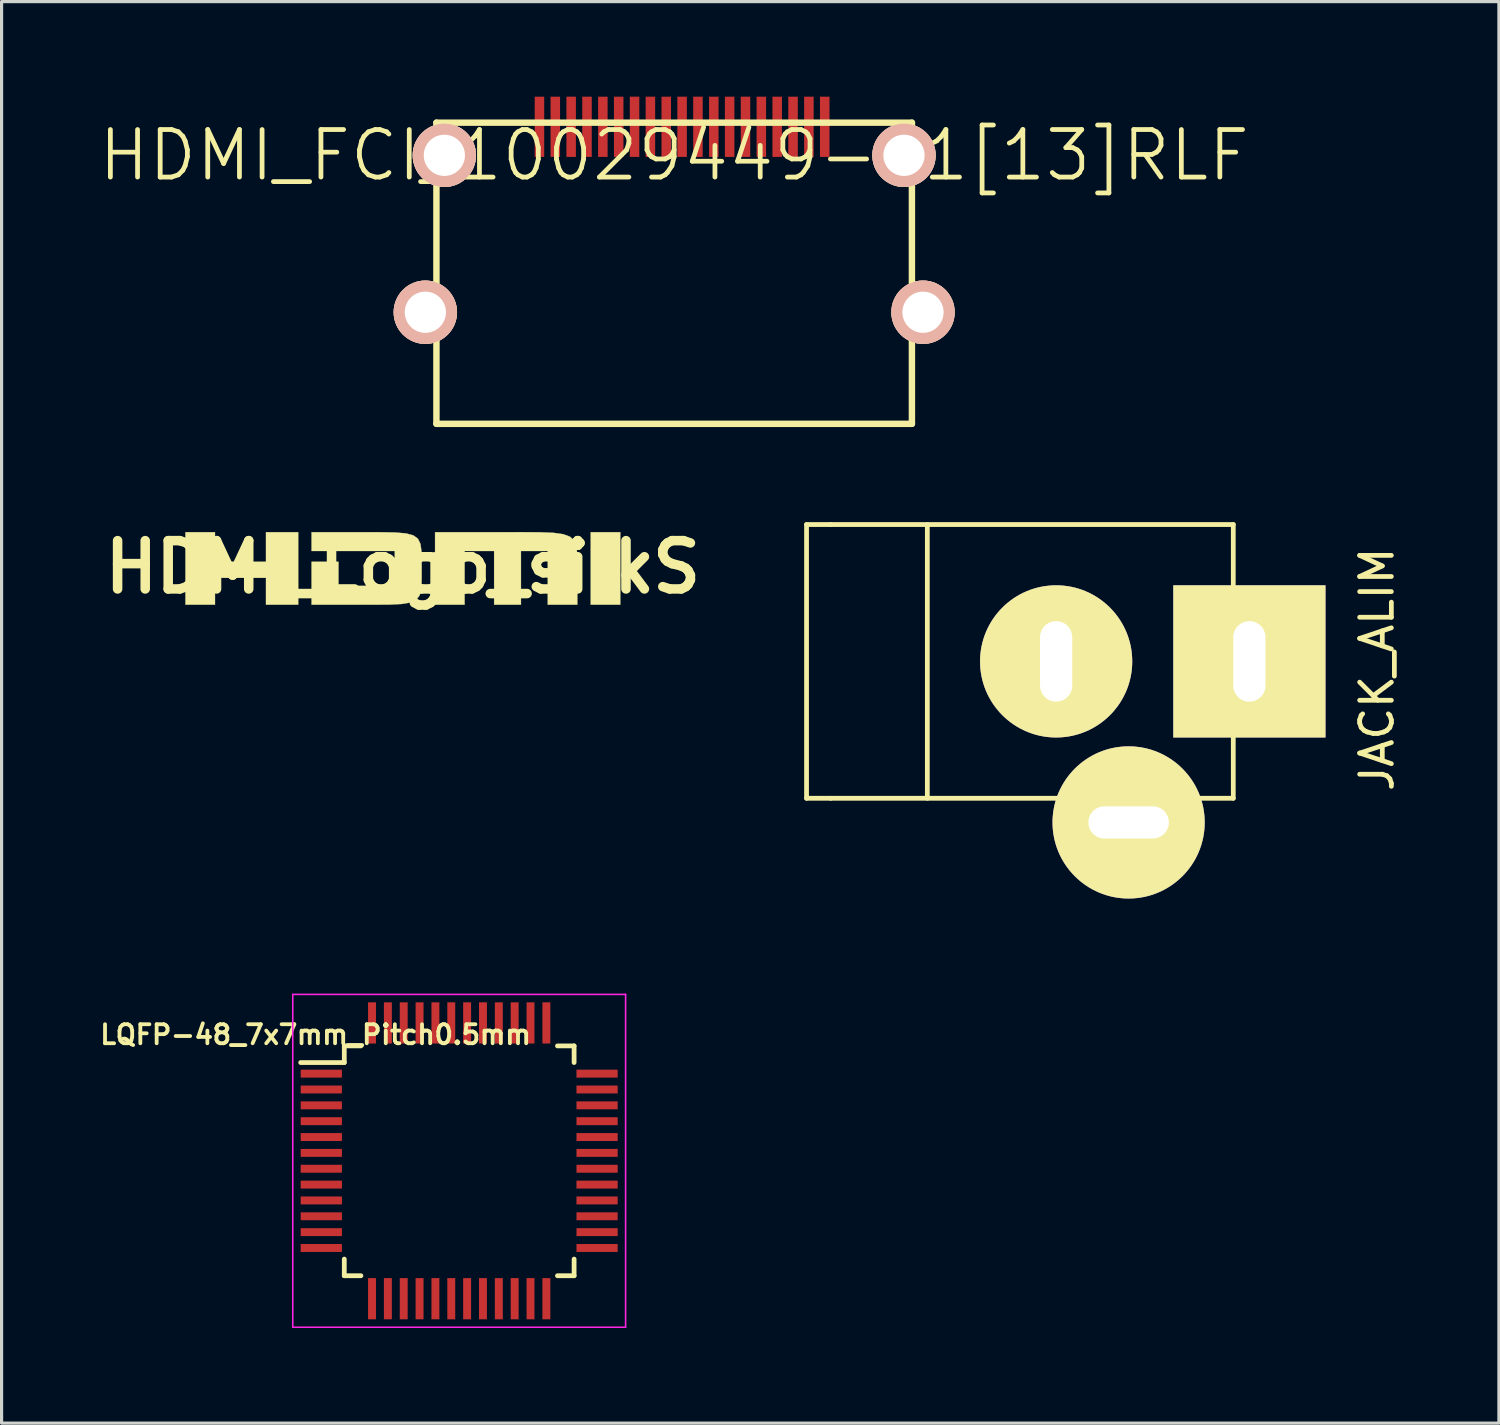
<source format=kicad_pcb>
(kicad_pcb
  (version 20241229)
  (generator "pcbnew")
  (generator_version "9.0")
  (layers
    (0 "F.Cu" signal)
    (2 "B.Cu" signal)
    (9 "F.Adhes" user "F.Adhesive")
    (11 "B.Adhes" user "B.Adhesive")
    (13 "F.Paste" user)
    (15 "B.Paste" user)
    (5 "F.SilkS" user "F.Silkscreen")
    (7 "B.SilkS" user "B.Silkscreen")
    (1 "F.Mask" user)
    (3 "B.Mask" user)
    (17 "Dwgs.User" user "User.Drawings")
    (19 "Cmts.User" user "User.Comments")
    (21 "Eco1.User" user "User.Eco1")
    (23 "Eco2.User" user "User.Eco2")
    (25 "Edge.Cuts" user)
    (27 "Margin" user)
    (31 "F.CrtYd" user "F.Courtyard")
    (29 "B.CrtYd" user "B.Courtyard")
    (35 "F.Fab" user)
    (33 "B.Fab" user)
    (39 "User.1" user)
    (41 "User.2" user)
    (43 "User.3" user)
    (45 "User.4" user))
  (footprint "HDMI_Logo_silkS"
    (layer "F.Cu")
    (at 9.659 14.84)
    (property "Reference" "HDMI_Logo_silkS" (at 0 0 0) (layer "F.SilkS") (effects (font (size 1.524 1.524) (thickness 0.3))))
    (attr through_hole)
    (fp_poly (pts (xy 6.858 1.185) (xy 5.927 1.185) (xy 5.927 -1.101) (xy 6.858 -1.101) (xy 6.858 1.185)) (stroke (width 0.01) (type solid)) (fill yes) (layer "F.SilkS"))
    (fp_poly (pts (xy -5.927 -0.169) (xy -4.318 -0.169) (xy -4.318 -1.101) (xy -3.302 -1.101) (xy -3.302 1.185) (xy -4.318 1.185) (xy -4.318 0.339) (xy -5.927 0.339) (xy -5.927 1.185) (xy -6.858 1.185) (xy -6.858 -1.101) (xy -5.927 -1.101) (xy -5.927 -0.169)) (stroke (width 0.01) (type solid)) (fill yes) (layer "F.SilkS"))
    (fp_poly (pts (xy 4.333 -1.098) (xy 4.754 -1.08) (xy 5.061 -1.037) (xy 5.27 -0.96) (xy 5.401 -0.84) (xy 5.472 -0.665) (xy 5.5 -0.427) (xy 5.505 -0.115) (xy 5.503 0.215) (xy 5.503 1.185) (xy 4.572 1.185) (xy 4.572 -0.508) (xy 3.725 -0.508) (xy 3.725 1.185) (xy 2.879 1.185) (xy 2.879 -0.508) (xy 1.947 -0.508) (xy 1.947 1.185) (xy 1.016 1.185) (xy 1.016 -1.101) (xy 3.074 -1.101) (xy 3.779 -1.102) (xy 4.333 -1.098)) (stroke (width 0.01) (type solid)) (fill yes) (layer "F.SilkS"))
    (fp_poly (pts (xy -0.713 -1.1) (xy -0.244 -1.092) (xy 0.097 -1.063) (xy 0.331 -1.001) (xy 0.476 -0.894) (xy 0.555 -0.73) (xy 0.587 -0.497) (xy 0.593 -0.182) (xy 0.593 0.042) (xy 0.592 0.41) (xy 0.578 0.689) (xy 0.529 0.891) (xy 0.424 1.03) (xy 0.244 1.116) (xy -0.032 1.163) (xy -0.424 1.182) (xy -0.954 1.186) (xy -1.331 1.185) (xy -2.879 1.185) (xy -2.879 -0.169) (xy -2.032 -0.169) (xy -2.032 0.593) (xy -0.254 0.593) (xy -0.254 -0.508) (xy -2.879 -0.508) (xy -2.879 -1.101) (xy -1.331 -1.101) (xy -0.713 -1.1)) (stroke (width 0.01) (type solid)) (fill yes) (layer "F.SilkS")))
  (footprint "LQFP-48_7x7mm_Pitch0.5mm"
    (layer "F.Cu")
    (at 11.436 33.57)
    (property "Reference" "LQFP-48_7x7mm_Pitch0.5mm" (at -4.53 -3.98 0) (layer "F.SilkS") (effects (font (size 0.6 0.6) (thickness 0.12))))
    (attr smd)
    (fp_line (start -3.625 -3.625) (end -3.625 -3.1) (stroke (width 0.15) (type solid)) (layer "F.SilkS"))
    (fp_line (start -3.625 -3.625) (end -3.1 -3.625) (stroke (width 0.15) (type solid)) (layer "F.SilkS"))
    (fp_line (start -3.625 -3.1) (end -5 -3.1) (stroke (width 0.15) (type solid)) (layer "F.SilkS"))
    (fp_line (start -3.625 3.625) (end -3.625 3.1) (stroke (width 0.15) (type solid)) (layer "F.SilkS"))
    (fp_line (start -3.625 3.625) (end -3.1 3.625) (stroke (width 0.15) (type solid)) (layer "F.SilkS"))
    (fp_line (start 3.625 -3.625) (end 3.1 -3.625) (stroke (width 0.15) (type solid)) (layer "F.SilkS"))
    (fp_line (start 3.625 -3.625) (end 3.625 -3.1) (stroke (width 0.15) (type solid)) (layer "F.SilkS"))
    (fp_line (start 3.625 3.625) (end 3.1 3.625) (stroke (width 0.15) (type solid)) (layer "F.SilkS"))
    (fp_line (start 3.625 3.625) (end 3.625 3.1) (stroke (width 0.15) (type solid)) (layer "F.SilkS"))
    (fp_line (start -5.25 -5.25) (end -5.25 5.25) (stroke (width 0.05) (type solid)) (layer "F.CrtYd"))
    (fp_line (start -5.25 -5.25) (end 5.25 -5.25) (stroke (width 0.05) (type solid)) (layer "F.CrtYd"))
    (fp_line (start -5.25 5.25) (end 5.25 5.25) (stroke (width 0.05) (type solid)) (layer "F.CrtYd"))
    (fp_line (start 5.25 -5.25) (end 5.25 5.25) (stroke (width 0.05) (type solid)) (layer "F.CrtYd"))
    (pad "1" smd rect (at -4.35 -2.75) (size 1.3 0.25) (layers "F.Cu" "F.Mask" "F.Paste"))
    (pad "2" smd rect (at -4.35 -2.25) (size 1.3 0.25) (layers "F.Cu" "F.Mask" "F.Paste"))
    (pad "3" smd rect (at -4.35 -1.75) (size 1.3 0.25) (layers "F.Cu" "F.Mask" "F.Paste"))
    (pad "4" smd rect (at -4.35 -1.25) (size 1.3 0.25) (layers "F.Cu" "F.Mask" "F.Paste"))
    (pad "5" smd rect (at -4.35 -0.75) (size 1.3 0.25) (layers "F.Cu" "F.Mask" "F.Paste"))
    (pad "6" smd rect (at -4.35 -0.25) (size 1.3 0.25) (layers "F.Cu" "F.Mask" "F.Paste"))
    (pad "7" smd rect (at -4.35 0.25) (size 1.3 0.25) (layers "F.Cu" "F.Mask" "F.Paste"))
    (pad "8" smd rect (at -4.35 0.75) (size 1.3 0.25) (layers "F.Cu" "F.Mask" "F.Paste"))
    (pad "9" smd rect (at -4.35 1.25) (size 1.3 0.25) (layers "F.Cu" "F.Mask" "F.Paste"))
    (pad "10" smd rect (at -4.35 1.75) (size 1.3 0.25) (layers "F.Cu" "F.Mask" "F.Paste"))
    (pad "11" smd rect (at -4.35 2.25) (size 1.3 0.25) (layers "F.Cu" "F.Mask" "F.Paste"))
    (pad "12" smd rect (at -4.35 2.75) (size 1.3 0.25) (layers "F.Cu" "F.Mask" "F.Paste"))
    (pad "13" smd rect (at -2.75 4.35 90) (size 1.3 0.25) (layers "F.Cu" "F.Mask" "F.Paste"))
    (pad "14" smd rect (at -2.25 4.35 90) (size 1.3 0.25) (layers "F.Cu" "F.Mask" "F.Paste"))
    (pad "15" smd rect (at -1.75 4.35 90) (size 1.3 0.25) (layers "F.Cu" "F.Mask" "F.Paste"))
    (pad "16" smd rect (at -1.25 4.35 90) (size 1.3 0.25) (layers "F.Cu" "F.Mask" "F.Paste"))
    (pad "17" smd rect (at -0.75 4.35 90) (size 1.3 0.25) (layers "F.Cu" "F.Mask" "F.Paste"))
    (pad "18" smd rect (at -0.25 4.35 90) (size 1.3 0.25) (layers "F.Cu" "F.Mask" "F.Paste"))
    (pad "19" smd rect (at 0.25 4.35 90) (size 1.3 0.25) (layers "F.Cu" "F.Mask" "F.Paste"))
    (pad "20" smd rect (at 0.75 4.35 90) (size 1.3 0.25) (layers "F.Cu" "F.Mask" "F.Paste"))
    (pad "21" smd rect (at 1.25 4.35 90) (size 1.3 0.25) (layers "F.Cu" "F.Mask" "F.Paste"))
    (pad "22" smd rect (at 1.75 4.35 90) (size 1.3 0.25) (layers "F.Cu" "F.Mask" "F.Paste"))
    (pad "23" smd rect (at 2.25 4.35 90) (size 1.3 0.25) (layers "F.Cu" "F.Mask" "F.Paste"))
    (pad "24" smd rect (at 2.75 4.35 90) (size 1.3 0.25) (layers "F.Cu" "F.Mask" "F.Paste"))
    (pad "25" smd rect (at 4.35 2.75) (size 1.3 0.25) (layers "F.Cu" "F.Mask" "F.Paste"))
    (pad "26" smd rect (at 4.35 2.25) (size 1.3 0.25) (layers "F.Cu" "F.Mask" "F.Paste"))
    (pad "27" smd rect (at 4.35 1.75) (size 1.3 0.25) (layers "F.Cu" "F.Mask" "F.Paste"))
    (pad "28" smd rect (at 4.35 1.25) (size 1.3 0.25) (layers "F.Cu" "F.Mask" "F.Paste"))
    (pad "29" smd rect (at 4.35 0.75) (size 1.3 0.25) (layers "F.Cu" "F.Mask" "F.Paste"))
    (pad "30" smd rect (at 4.35 0.25) (size 1.3 0.25) (layers "F.Cu" "F.Mask" "F.Paste"))
    (pad "31" smd rect (at 4.35 -0.25) (size 1.3 0.25) (layers "F.Cu" "F.Mask" "F.Paste"))
    (pad "32" smd rect (at 4.35 -0.75) (size 1.3 0.25) (layers "F.Cu" "F.Mask" "F.Paste"))
    (pad "33" smd rect (at 4.35 -1.25) (size 1.3 0.25) (layers "F.Cu" "F.Mask" "F.Paste"))
    (pad "34" smd rect (at 4.35 -1.75) (size 1.3 0.25) (layers "F.Cu" "F.Mask" "F.Paste"))
    (pad "35" smd rect (at 4.35 -2.25) (size 1.3 0.25) (layers "F.Cu" "F.Mask" "F.Paste"))
    (pad "36" smd rect (at 4.35 -2.75) (size 1.3 0.25) (layers "F.Cu" "F.Mask" "F.Paste"))
    (pad "37" smd rect (at 2.75 -4.35 90) (size 1.3 0.25) (layers "F.Cu" "F.Mask" "F.Paste"))
    (pad "38" smd rect (at 2.25 -4.35 90) (size 1.3 0.25) (layers "F.Cu" "F.Mask" "F.Paste"))
    (pad "39" smd rect (at 1.75 -4.35 90) (size 1.3 0.25) (layers "F.Cu" "F.Mask" "F.Paste"))
    (pad "40" smd rect (at 1.25 -4.35 90) (size 1.3 0.25) (layers "F.Cu" "F.Mask" "F.Paste"))
    (pad "41" smd rect (at 0.75 -4.35 90) (size 1.3 0.25) (layers "F.Cu" "F.Mask" "F.Paste"))
    (pad "42" smd rect (at 0.25 -4.35 90) (size 1.3 0.25) (layers "F.Cu" "F.Mask" "F.Paste"))
    (pad "43" smd rect (at -0.25 -4.35 90) (size 1.3 0.25) (layers "F.Cu" "F.Mask" "F.Paste"))
    (pad "44" smd rect (at -0.75 -4.35 90) (size 1.3 0.25) (layers "F.Cu" "F.Mask" "F.Paste"))
    (pad "45" smd rect (at -1.25 -4.35 90) (size 1.3 0.25) (layers "F.Cu" "F.Mask" "F.Paste"))
    (pad "46" smd rect (at -1.75 -4.35 90) (size 1.3 0.25) (layers "F.Cu" "F.Mask" "F.Paste"))
    (pad "47" smd rect (at -2.25 -4.35 90) (size 1.3 0.25) (layers "F.Cu" "F.Mask" "F.Paste"))
    (pad "48" smd rect (at -2.75 -4.35 90) (size 1.3 0.25) (layers "F.Cu" "F.Mask" "F.Paste")))
  (footprint "HDMI_FCI_10029449-11[13]RLF"
    (layer "F.Cu")
    (at 18.218 1.85)
    (property "Reference" "HDMI_FCI_10029449-11[13]RLF" (at 0 0 0) (layer "F.SilkS") (effects (font (size 1.5 1.5) (thickness 0.15))))
    (attr through_hole)
    (fp_line (start -7.5 -1.03) (end 7.5 -1.03) (stroke (width 0.203) (type solid)) (layer "F.SilkS"))
    (fp_line (start -7.5 8.47) (end -7.5 -1.03) (stroke (width 0.203) (type solid)) (layer "F.SilkS"))
    (fp_line (start 7.5 8.47) (end -7.5 8.47) (stroke (width 0.203) (type solid)) (layer "F.SilkS"))
    (fp_line (start 7.5 8.47) (end 7.5 -1.03) (stroke (width 0.203) (type solid)) (layer "F.SilkS"))
    (pad "1" smd rect (at 4.75 -0.9) (size 0.3 1.9) (layers "F.Cu" "F.Mask" "F.Paste"))
    (pad "2" smd rect (at 4.25 -0.9) (size 0.3 1.9) (layers "F.Cu" "F.Mask" "F.Paste"))
    (pad "3" smd rect (at 3.75 -0.9) (size 0.3 1.9) (layers "F.Cu" "F.Mask" "F.Paste"))
    (pad "4" smd rect (at 3.25 -0.9) (size 0.3 1.9) (layers "F.Cu" "F.Mask" "F.Paste"))
    (pad "5" smd rect (at 2.75 -0.9) (size 0.3 1.9) (layers "F.Cu" "F.Mask" "F.Paste"))
    (pad "6" smd rect (at 2.25 -0.9) (size 0.3 1.9) (layers "F.Cu" "F.Mask" "F.Paste"))
    (pad "7" smd rect (at 1.75 -0.9) (size 0.3 1.9) (layers "F.Cu" "F.Mask" "F.Paste"))
    (pad "8" smd rect (at 1.25 -0.9) (size 0.3 1.9) (layers "F.Cu" "F.Mask" "F.Paste"))
    (pad "9" smd rect (at 0.75 -0.9) (size 0.3 1.9) (layers "F.Cu" "F.Mask" "F.Paste"))
    (pad "10" smd rect (at 0.25 -0.9) (size 0.3 1.9) (layers "F.Cu" "F.Mask" "F.Paste"))
    (pad "11" smd rect (at -0.25 -0.9) (size 0.3 1.9) (layers "F.Cu" "F.Mask" "F.Paste"))
    (pad "12" smd rect (at -0.75 -0.9) (size 0.3 1.9) (layers "F.Cu" "F.Mask" "F.Paste"))
    (pad "13" smd rect (at -1.25 -0.9) (size 0.3 1.9) (layers "F.Cu" "F.Mask" "F.Paste"))
    (pad "14" smd rect (at -1.75 -0.9) (size 0.3 1.9) (layers "F.Cu" "F.Mask" "F.Paste"))
    (pad "15" smd rect (at -2.25 -0.9) (size 0.3 1.9) (layers "F.Cu" "F.Mask" "F.Paste"))
    (pad "16" smd rect (at -2.75 -0.9) (size 0.3 1.9) (layers "F.Cu" "F.Mask" "F.Paste"))
    (pad "17" smd rect (at -3.25 -0.9) (size 0.3 1.9) (layers "F.Cu" "F.Mask" "F.Paste"))
    (pad "18" smd rect (at -3.75 -0.9) (size 0.3 1.9) (layers "F.Cu" "F.Mask" "F.Paste"))
    (pad "19" smd rect (at -4.25 -0.9) (size 0.3 1.9) (layers "F.Cu" "F.Mask" "F.Paste"))
    (pad "SHLD" thru_hole circle (at -7.85 4.95) (size 2 2) (drill 1.3) (layers "*.Cu" "*.SilkS" "*.Mask"))
    (pad "SHLD" thru_hole circle (at -7.25 0) (size 2 2) (drill 1.3) (layers "*.Cu" "*.SilkS" "*.Mask"))
    (pad "SHLD" thru_hole circle (at 7.25 0) (size 2 2) (drill 1.3) (layers "*.Cu" "*.SilkS" "*.Mask"))
    (pad "SHLD" thru_hole circle (at 7.85 4.95) (size 2 2) (drill 1.3) (layers "*.Cu" "*.SilkS" "*.Mask")))
  (footprint "JACK_ALIM"
    (layer "F.Cu")
    (at 30.268 17.815)
    (property "Reference" "JACK_ALIM" (at 10.12 0.25 90) (layer "F.SilkS") (effects (font (size 1 1) (thickness 0.15))))
    (attr through_hole)
    (fp_line (start -7.874 -4.318) (end -7.874 4.318) (stroke (width 0.15) (type solid)) (layer "F.SilkS"))
    (fp_line (start -7.874 4.318) (end -7.112 4.318) (stroke (width 0.15) (type solid)) (layer "F.SilkS"))
    (fp_line (start -7.112 -4.318) (end -7.874 -4.318) (stroke (width 0.15) (type solid)) (layer "F.SilkS"))
    (fp_line (start -7.112 -4.318) (end 5.588 -4.318) (stroke (width 0.15) (type solid)) (layer "F.SilkS"))
    (fp_line (start -7.112 4.318) (end 5.588 4.318) (stroke (width 0.15) (type solid)) (layer "F.SilkS"))
    (fp_line (start -4.064 -4.318) (end -4.064 4.318) (stroke (width 0.15) (type solid)) (layer "F.SilkS"))
    (fp_line (start 5.588 -4.318) (end 5.588 4.318) (stroke (width 0.15) (type solid)) (layer "F.SilkS"))
    (pad "1" thru_hole rect (at 6.096 0) (size 4.801 4.801) (drill oval 1.016 2.54) (layers "*.Cu" "*.Mask" "F.SilkS"))
    (pad "2" thru_hole circle (at 0 0) (size 4.801 4.801) (drill oval 1.016 2.54) (layers "*.Cu" "*.Mask" "F.SilkS"))
    (pad "3" thru_hole circle (at 2.286 5.08) (size 4.801 4.801) (drill oval 2.54 1.016) (layers "*.Cu" "*.Mask" "F.SilkS")))
  (gr_rect
    (start -3 -3)
    (end 44.236 41.845)
    (stroke (width 0.1) (type default))
    (fill no)
    (layer "Edge.Cuts")))
</source>
